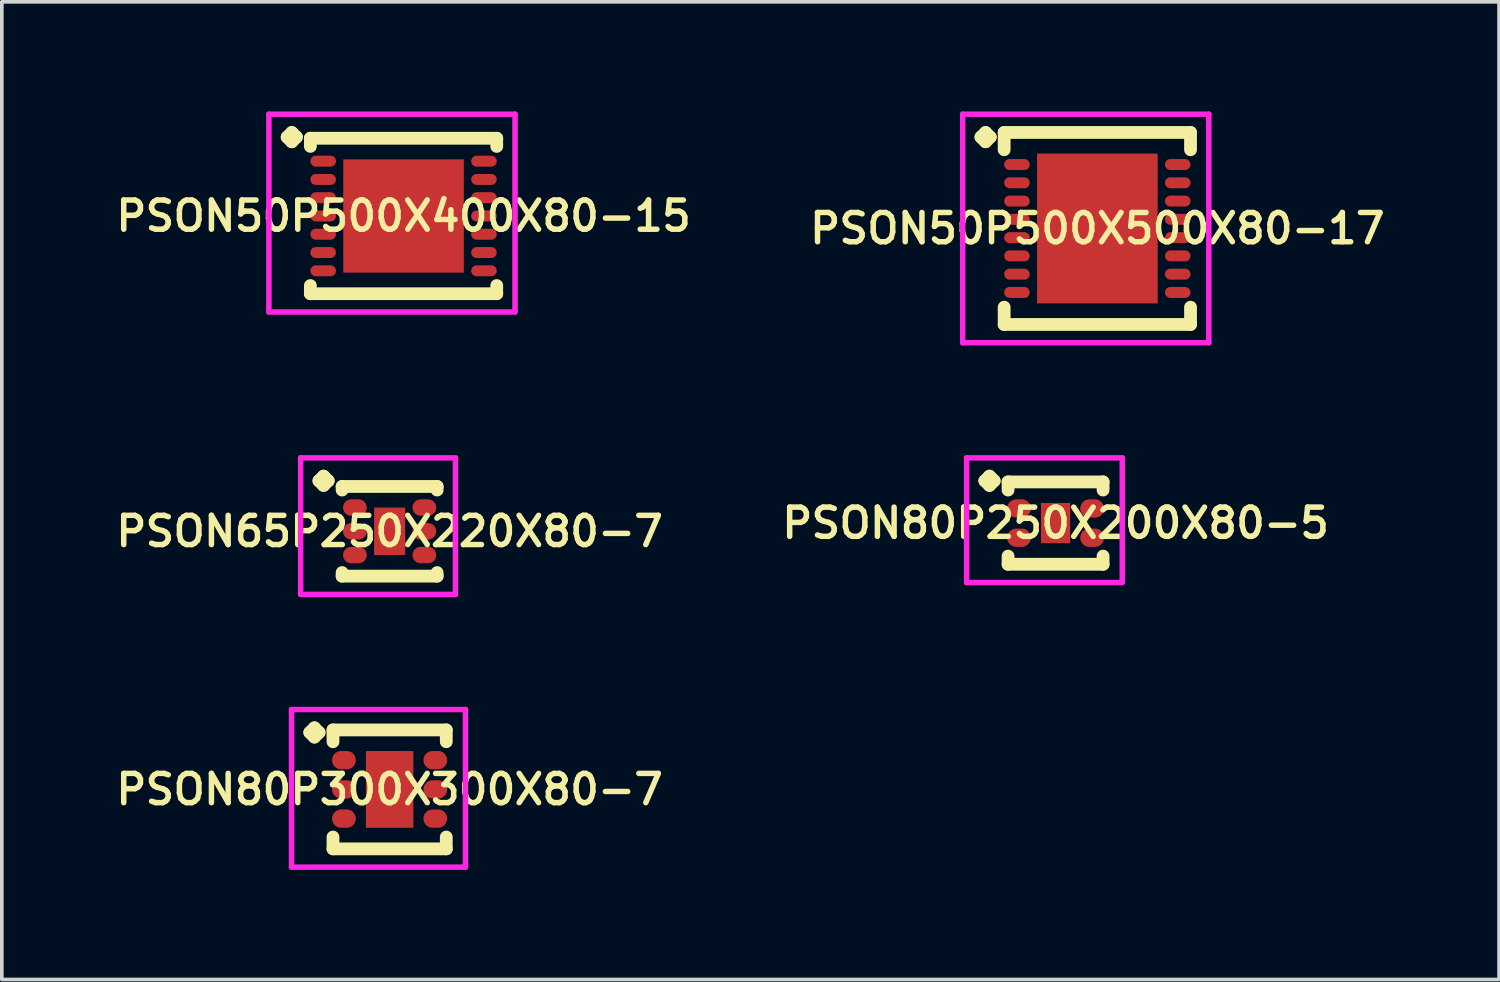
<source format=kicad_pcb>
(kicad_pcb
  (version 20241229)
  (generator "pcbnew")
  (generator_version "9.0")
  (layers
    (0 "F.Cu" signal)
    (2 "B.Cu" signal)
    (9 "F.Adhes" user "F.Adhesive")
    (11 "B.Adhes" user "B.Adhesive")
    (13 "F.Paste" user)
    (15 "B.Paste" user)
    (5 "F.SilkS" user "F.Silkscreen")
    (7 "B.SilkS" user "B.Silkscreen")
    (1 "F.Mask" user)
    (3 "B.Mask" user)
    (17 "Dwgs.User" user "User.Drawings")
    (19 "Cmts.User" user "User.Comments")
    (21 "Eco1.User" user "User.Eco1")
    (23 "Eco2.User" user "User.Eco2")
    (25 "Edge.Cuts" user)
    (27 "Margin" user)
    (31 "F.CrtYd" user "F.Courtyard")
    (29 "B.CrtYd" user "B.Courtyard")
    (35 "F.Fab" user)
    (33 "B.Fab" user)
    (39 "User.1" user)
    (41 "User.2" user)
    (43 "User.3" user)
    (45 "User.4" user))
  (footprint "PSON50P500X500X80-17"
    (layer "F.Cu")
    (at 26.978 3.202)
    (property "Reference" "PSON50P500X500X80-17" (at 0 0 0) (layer "F.SilkS") (effects (font (size 0.8 0.8) (thickness 0.15))))
    (attr through_hole)
    (fp_line (start -3.185 -2.5) (end -3.058 -2.627) (stroke (width 0.35) (type solid)) (layer "F.SilkS"))
    (fp_line (start -3.058 -2.627) (end -2.931 -2.5) (stroke (width 0.35) (type solid)) (layer "F.SilkS"))
    (fp_line (start -3.058 -2.373) (end -3.185 -2.5) (stroke (width 0.35) (type solid)) (layer "F.SilkS"))
    (fp_line (start -2.931 -2.5) (end -3.058 -2.373) (stroke (width 0.35) (type solid)) (layer "F.SilkS"))
    (fp_line (start -2.55 -2.627) (end 2.55 -2.627) (stroke (width 0.35) (type solid)) (layer "F.SilkS"))
    (fp_line (start -2.55 -2.154) (end -2.55 -2.627) (stroke (width 0.35) (type solid)) (layer "F.SilkS"))
    (fp_line (start -2.55 2.154) (end -2.55 2.627) (stroke (width 0.35) (type solid)) (layer "F.SilkS"))
    (fp_line (start -2.55 2.627) (end 2.55 2.627) (stroke (width 0.35) (type solid)) (layer "F.SilkS"))
    (fp_line (start 2.55 -2.627) (end 2.55 -2.154) (stroke (width 0.35) (type solid)) (layer "F.SilkS"))
    (fp_line (start 2.55 2.627) (end 2.55 2.154) (stroke (width 0.35) (type solid)) (layer "F.SilkS"))
    (fp_line (start -3.685 -3.127) (end 3.05 -3.127) (stroke (width 0.15) (type solid)) (layer "F.CrtYd"))
    (fp_line (start -3.685 3.127) (end -3.685 -3.127) (stroke (width 0.15) (type solid)) (layer "F.CrtYd"))
    (fp_line (start 3.05 -3.127) (end 3.05 3.127) (stroke (width 0.15) (type solid)) (layer "F.CrtYd"))
    (fp_line (start 3.05 3.127) (end -3.685 3.127) (stroke (width 0.15) (type solid)) (layer "F.CrtYd"))
    (pad "1" smd oval (at -2.2 -1.75) (size 0.7 0.3) (layers "F.Cu" "F.Mask" "F.Paste"))
    (pad "2" smd oval (at -2.2 -1.25) (size 0.7 0.3) (layers "F.Cu" "F.Mask" "F.Paste"))
    (pad "3" smd oval (at -2.2 -0.75) (size 0.7 0.3) (layers "F.Cu" "F.Mask" "F.Paste"))
    (pad "4" smd oval (at -2.2 -0.25) (size 0.7 0.3) (layers "F.Cu" "F.Mask" "F.Paste"))
    (pad "5" smd oval (at -2.2 0.25) (size 0.7 0.3) (layers "F.Cu" "F.Mask" "F.Paste"))
    (pad "6" smd oval (at -2.2 0.75) (size 0.7 0.3) (layers "F.Cu" "F.Mask" "F.Paste"))
    (pad "7" smd oval (at -2.2 1.25) (size 0.7 0.3) (layers "F.Cu" "F.Mask" "F.Paste"))
    (pad "8" smd oval (at -2.2 1.75) (size 0.7 0.3) (layers "F.Cu" "F.Mask" "F.Paste"))
    (pad "9" smd oval (at 2.2 1.75) (size 0.7 0.3) (layers "F.Cu" "F.Mask" "F.Paste"))
    (pad "10" smd oval (at 2.2 1.25) (size 0.7 0.3) (layers "F.Cu" "F.Mask" "F.Paste"))
    (pad "11" smd oval (at 2.2 0.75) (size 0.7 0.3) (layers "F.Cu" "F.Mask" "F.Paste"))
    (pad "12" smd oval (at 2.2 0.25) (size 0.7 0.3) (layers "F.Cu" "F.Mask" "F.Paste"))
    (pad "13" smd oval (at 2.2 -0.25) (size 0.7 0.3) (layers "F.Cu" "F.Mask" "F.Paste"))
    (pad "14" smd oval (at 2.2 -0.75) (size 0.7 0.3) (layers "F.Cu" "F.Mask" "F.Paste"))
    (pad "15" smd oval (at 2.2 -1.25) (size 0.7 0.3) (layers "F.Cu" "F.Mask" "F.Paste"))
    (pad "16" smd oval (at 2.2 -1.75) (size 0.7 0.3) (layers "F.Cu" "F.Mask" "F.Paste"))
    (pad "17" smd rect (at 0 0) (size 3.3 4.1) (layers "F.Cu" "F.Mask" "F.Paste")))
  (footprint "PSON80P300X300X80-7"
    (layer "F.Cu")
    (at 7.612 18.551)
    (property "Reference" "PSON80P300X300X80-7" (at 0 0 0) (layer "F.SilkS") (effects (font (size 0.8 0.8) (thickness 0.15))))
    (attr through_hole)
    (fp_line (start -2.185 -1.558) (end -2.058 -1.685) (stroke (width 0.35) (type solid)) (layer "F.SilkS"))
    (fp_line (start -2.058 -1.685) (end -1.931 -1.558) (stroke (width 0.35) (type solid)) (layer "F.SilkS"))
    (fp_line (start -2.058 -1.431) (end -2.185 -1.558) (stroke (width 0.35) (type solid)) (layer "F.SilkS"))
    (fp_line (start -1.931 -1.558) (end -2.058 -1.431) (stroke (width 0.35) (type solid)) (layer "F.SilkS"))
    (fp_line (start -1.55 -1.627) (end 1.55 -1.627) (stroke (width 0.35) (type solid)) (layer "F.SilkS"))
    (fp_line (start -1.55 -1.304) (end -1.55 -1.627) (stroke (width 0.35) (type solid)) (layer "F.SilkS"))
    (fp_line (start -1.55 1.304) (end -1.55 1.627) (stroke (width 0.35) (type solid)) (layer "F.SilkS"))
    (fp_line (start -1.55 1.627) (end 1.55 1.627) (stroke (width 0.35) (type solid)) (layer "F.SilkS"))
    (fp_line (start 1.55 -1.627) (end 1.55 -1.304) (stroke (width 0.35) (type solid)) (layer "F.SilkS"))
    (fp_line (start 1.55 1.627) (end 1.55 1.304) (stroke (width 0.35) (type solid)) (layer "F.SilkS"))
    (fp_line (start -2.685 -2.185) (end 2.075 -2.185) (stroke (width 0.15) (type solid)) (layer "F.CrtYd"))
    (fp_line (start -2.685 2.127) (end -2.685 -2.185) (stroke (width 0.15) (type solid)) (layer "F.CrtYd"))
    (fp_line (start 2.075 -2.185) (end 2.075 2.127) (stroke (width 0.15) (type solid)) (layer "F.CrtYd"))
    (fp_line (start 2.075 2.127) (end -2.685 2.127) (stroke (width 0.15) (type solid)) (layer "F.CrtYd"))
    (pad "1" smd oval (at -1.25 -0.8) (size 0.65 0.5) (layers "F.Cu" "F.Mask" "F.Paste"))
    (pad "2" smd oval (at -1.25 0) (size 0.65 0.5) (layers "F.Cu" "F.Mask" "F.Paste"))
    (pad "3" smd oval (at -1.25 0.8) (size 0.65 0.5) (layers "F.Cu" "F.Mask" "F.Paste"))
    (pad "4" smd oval (at 1.25 0.8) (size 0.65 0.5) (layers "F.Cu" "F.Mask" "F.Paste"))
    (pad "5" smd oval (at 1.25 0) (size 0.65 0.5) (layers "F.Cu" "F.Mask" "F.Paste"))
    (pad "6" smd oval (at 1.25 -0.8) (size 0.65 0.5) (layers "F.Cu" "F.Mask" "F.Paste"))
    (pad "7" smd rect (at 0 0) (size 1.3 2.1) (layers "F.Cu" "F.Mask" "F.Paste")))
  (footprint "PSON65P250X220X80-7"
    (layer "F.Cu")
    (at 7.612 11.489)
    (property "Reference" "PSON65P250X220X80-7" (at 0 0 0) (layer "F.SilkS") (effects (font (size 0.8 0.8) (thickness 0.15))))
    (attr smd)
    (fp_line (start -1.935 -1.383) (end -1.808 -1.51) (stroke (width 0.35) (type solid)) (layer "F.SilkS"))
    (fp_line (start -1.808 -1.51) (end -1.681 -1.383) (stroke (width 0.35) (type solid)) (layer "F.SilkS"))
    (fp_line (start -1.808 -1.256) (end -1.935 -1.383) (stroke (width 0.35) (type solid)) (layer "F.SilkS"))
    (fp_line (start -1.681 -1.383) (end -1.808 -1.256) (stroke (width 0.35) (type solid)) (layer "F.SilkS"))
    (fp_line (start -1.3 -1.227) (end 1.3 -1.227) (stroke (width 0.35) (type solid)) (layer "F.SilkS"))
    (fp_line (start -1.3 -1.129) (end -1.3 -1.227) (stroke (width 0.35) (type solid)) (layer "F.SilkS"))
    (fp_line (start -1.3 1.129) (end -1.3 1.227) (stroke (width 0.35) (type solid)) (layer "F.SilkS"))
    (fp_line (start -1.3 1.227) (end 1.3 1.227) (stroke (width 0.35) (type solid)) (layer "F.SilkS"))
    (fp_line (start 1.3 -1.227) (end 1.3 -1.129) (stroke (width 0.35) (type solid)) (layer "F.SilkS"))
    (fp_line (start 1.3 1.227) (end 1.3 1.129) (stroke (width 0.35) (type solid)) (layer "F.SilkS"))
    (fp_line (start -2.435 -2.01) (end 1.8 -2.01) (stroke (width 0.15) (type solid)) (layer "F.CrtYd"))
    (fp_line (start -2.435 1.727) (end -2.435 -2.01) (stroke (width 0.15) (type solid)) (layer "F.CrtYd"))
    (fp_line (start 1.8 -2.01) (end 1.8 1.727) (stroke (width 0.15) (type solid)) (layer "F.CrtYd"))
    (fp_line (start 1.8 1.727) (end -2.435 1.727) (stroke (width 0.15) (type solid)) (layer "F.CrtYd"))
    (pad "1" smd oval (at -0.95 -0.65) (size 0.65 0.45) (layers "F.Cu" "F.Mask" "F.Paste"))
    (pad "2" smd oval (at -0.95 0) (size 0.65 0.45) (layers "F.Cu" "F.Mask" "F.Paste"))
    (pad "3" smd oval (at -0.95 0.65) (size 0.65 0.45) (layers "F.Cu" "F.Mask" "F.Paste"))
    (pad "4" smd oval (at 0.95 0.65) (size 0.65 0.45) (layers "F.Cu" "F.Mask" "F.Paste"))
    (pad "5" smd oval (at 0.95 0) (size 0.65 0.45) (layers "F.Cu" "F.Mask" "F.Paste"))
    (pad "6" smd oval (at 0.95 -0.65) (size 0.65 0.45) (layers "F.Cu" "F.Mask" "F.Paste"))
    (pad "7" smd rect (at 0 0) (size 0.85 1.3) (layers "F.Cu" "F.Mask" "F.Paste")))
  (footprint "PSON50P500X400X80-15"
    (layer "F.Cu")
    (at 7.993 2.86)
    (property "Reference" "PSON50P500X400X80-15" (at 0 0 0) (layer "F.SilkS") (effects (font (size 0.8 0.8) (thickness 0.15))))
    (attr smd)
    (fp_line (start -3.185 -2.158) (end -3.058 -2.285) (stroke (width 0.35) (type solid)) (layer "F.SilkS"))
    (fp_line (start -3.058 -2.285) (end -2.931 -2.158) (stroke (width 0.35) (type solid)) (layer "F.SilkS"))
    (fp_line (start -3.058 -2.031) (end -3.185 -2.158) (stroke (width 0.35) (type solid)) (layer "F.SilkS"))
    (fp_line (start -2.931 -2.158) (end -3.058 -2.031) (stroke (width 0.35) (type solid)) (layer "F.SilkS"))
    (fp_line (start -2.55 -2.127) (end 2.55 -2.127) (stroke (width 0.35) (type solid)) (layer "F.SilkS"))
    (fp_line (start -2.55 -1.904) (end -2.55 -2.127) (stroke (width 0.35) (type solid)) (layer "F.SilkS"))
    (fp_line (start -2.55 1.904) (end -2.55 2.127) (stroke (width 0.35) (type solid)) (layer "F.SilkS"))
    (fp_line (start -2.55 2.127) (end 2.55 2.127) (stroke (width 0.35) (type solid)) (layer "F.SilkS"))
    (fp_line (start 2.55 -2.127) (end 2.55 -1.904) (stroke (width 0.35) (type solid)) (layer "F.SilkS"))
    (fp_line (start 2.55 2.127) (end 2.55 1.904) (stroke (width 0.35) (type solid)) (layer "F.SilkS"))
    (fp_line (start -3.685 -2.785) (end 3.05 -2.785) (stroke (width 0.15) (type solid)) (layer "F.CrtYd"))
    (fp_line (start -3.685 2.627) (end -3.685 -2.785) (stroke (width 0.15) (type solid)) (layer "F.CrtYd"))
    (fp_line (start 3.05 -2.785) (end 3.05 2.627) (stroke (width 0.15) (type solid)) (layer "F.CrtYd"))
    (fp_line (start 3.05 2.627) (end -3.685 2.627) (stroke (width 0.15) (type solid)) (layer "F.CrtYd"))
    (pad "1" smd oval (at -2.2 -1.5) (size 0.7 0.3) (layers "F.Cu" "F.Mask" "F.Paste"))
    (pad "2" smd oval (at -2.2 -1) (size 0.7 0.3) (layers "F.Cu" "F.Mask" "F.Paste"))
    (pad "3" smd oval (at -2.2 -0.5) (size 0.7 0.3) (layers "F.Cu" "F.Mask" "F.Paste"))
    (pad "4" smd oval (at -2.2 0) (size 0.7 0.3) (layers "F.Cu" "F.Mask" "F.Paste"))
    (pad "5" smd oval (at -2.2 0.5) (size 0.7 0.3) (layers "F.Cu" "F.Mask" "F.Paste"))
    (pad "6" smd oval (at -2.2 1) (size 0.7 0.3) (layers "F.Cu" "F.Mask" "F.Paste"))
    (pad "7" smd oval (at -2.2 1.5) (size 0.7 0.3) (layers "F.Cu" "F.Mask" "F.Paste"))
    (pad "8" smd oval (at 2.2 1.5) (size 0.7 0.3) (layers "F.Cu" "F.Mask" "F.Paste"))
    (pad "9" smd oval (at 2.2 1) (size 0.7 0.3) (layers "F.Cu" "F.Mask" "F.Paste"))
    (pad "10" smd oval (at 2.2 0.5) (size 0.7 0.3) (layers "F.Cu" "F.Mask" "F.Paste"))
    (pad "11" smd oval (at 2.2 0) (size 0.7 0.3) (layers "F.Cu" "F.Mask" "F.Paste"))
    (pad "12" smd oval (at 2.2 -0.5) (size 0.7 0.3) (layers "F.Cu" "F.Mask" "F.Paste"))
    (pad "13" smd oval (at 2.2 -1) (size 0.7 0.3) (layers "F.Cu" "F.Mask" "F.Paste"))
    (pad "14" smd oval (at 2.2 -1.5) (size 0.7 0.3) (layers "F.Cu" "F.Mask" "F.Paste"))
    (pad "15" smd rect (at 0 0) (size 3.3 3.1) (layers "F.Cu" "F.Mask" "F.Paste")))
  (footprint "PSON80P250X200X80-5"
    (layer "F.Cu")
    (at 25.835 11.264)
    (property "Reference" "PSON80P250X200X80-5" (at 0 0 0) (layer "F.SilkS") (effects (font (size 0.8 0.8) (thickness 0.15))))
    (attr smd)
    (fp_line (start -1.935 -1.158) (end -1.808 -1.285) (stroke (width 0.35) (type solid)) (layer "F.SilkS"))
    (fp_line (start -1.808 -1.285) (end -1.681 -1.158) (stroke (width 0.35) (type solid)) (layer "F.SilkS"))
    (fp_line (start -1.808 -1.031) (end -1.935 -1.158) (stroke (width 0.35) (type solid)) (layer "F.SilkS"))
    (fp_line (start -1.681 -1.158) (end -1.808 -1.031) (stroke (width 0.35) (type solid)) (layer "F.SilkS"))
    (fp_line (start -1.3 -1.127) (end 1.3 -1.127) (stroke (width 0.35) (type solid)) (layer "F.SilkS"))
    (fp_line (start -1.3 -0.904) (end -1.3 -1.127) (stroke (width 0.35) (type solid)) (layer "F.SilkS"))
    (fp_line (start -1.3 0.904) (end -1.3 1.127) (stroke (width 0.35) (type solid)) (layer "F.SilkS"))
    (fp_line (start -1.3 1.127) (end 1.3 1.127) (stroke (width 0.35) (type solid)) (layer "F.SilkS"))
    (fp_line (start 1.3 -1.127) (end 1.3 -0.904) (stroke (width 0.35) (type solid)) (layer "F.SilkS"))
    (fp_line (start 1.3 1.127) (end 1.3 0.904) (stroke (width 0.35) (type solid)) (layer "F.SilkS"))
    (fp_line (start -2.435 -1.785) (end 1.825 -1.785) (stroke (width 0.15) (type solid)) (layer "F.CrtYd"))
    (fp_line (start -2.435 1.627) (end -2.435 -1.785) (stroke (width 0.15) (type solid)) (layer "F.CrtYd"))
    (fp_line (start 1.825 -1.785) (end 1.825 1.627) (stroke (width 0.15) (type solid)) (layer "F.CrtYd"))
    (fp_line (start 1.825 1.627) (end -2.435 1.627) (stroke (width 0.15) (type solid)) (layer "F.CrtYd"))
    (pad "1" smd oval (at -1 -0.4) (size 0.65 0.5) (layers "F.Cu" "F.Mask" "F.Paste"))
    (pad "2" smd oval (at -1 0.4) (size 0.65 0.5) (layers "F.Cu" "F.Mask" "F.Paste"))
    (pad "3" smd oval (at 1 0.4) (size 0.65 0.5) (layers "F.Cu" "F.Mask" "F.Paste"))
    (pad "4" smd oval (at 1 -0.4) (size 0.65 0.5) (layers "F.Cu" "F.Mask" "F.Paste"))
    (pad "5" smd rect (at 0 0) (size 0.8 1.1) (layers "F.Cu" "F.Mask" "F.Paste")))
  (gr_rect
    (start -3 -3)
    (end 37.97 23.753)
    (stroke (width 0.1) (type default))
    (fill no)
    (layer "Edge.Cuts")))
</source>
